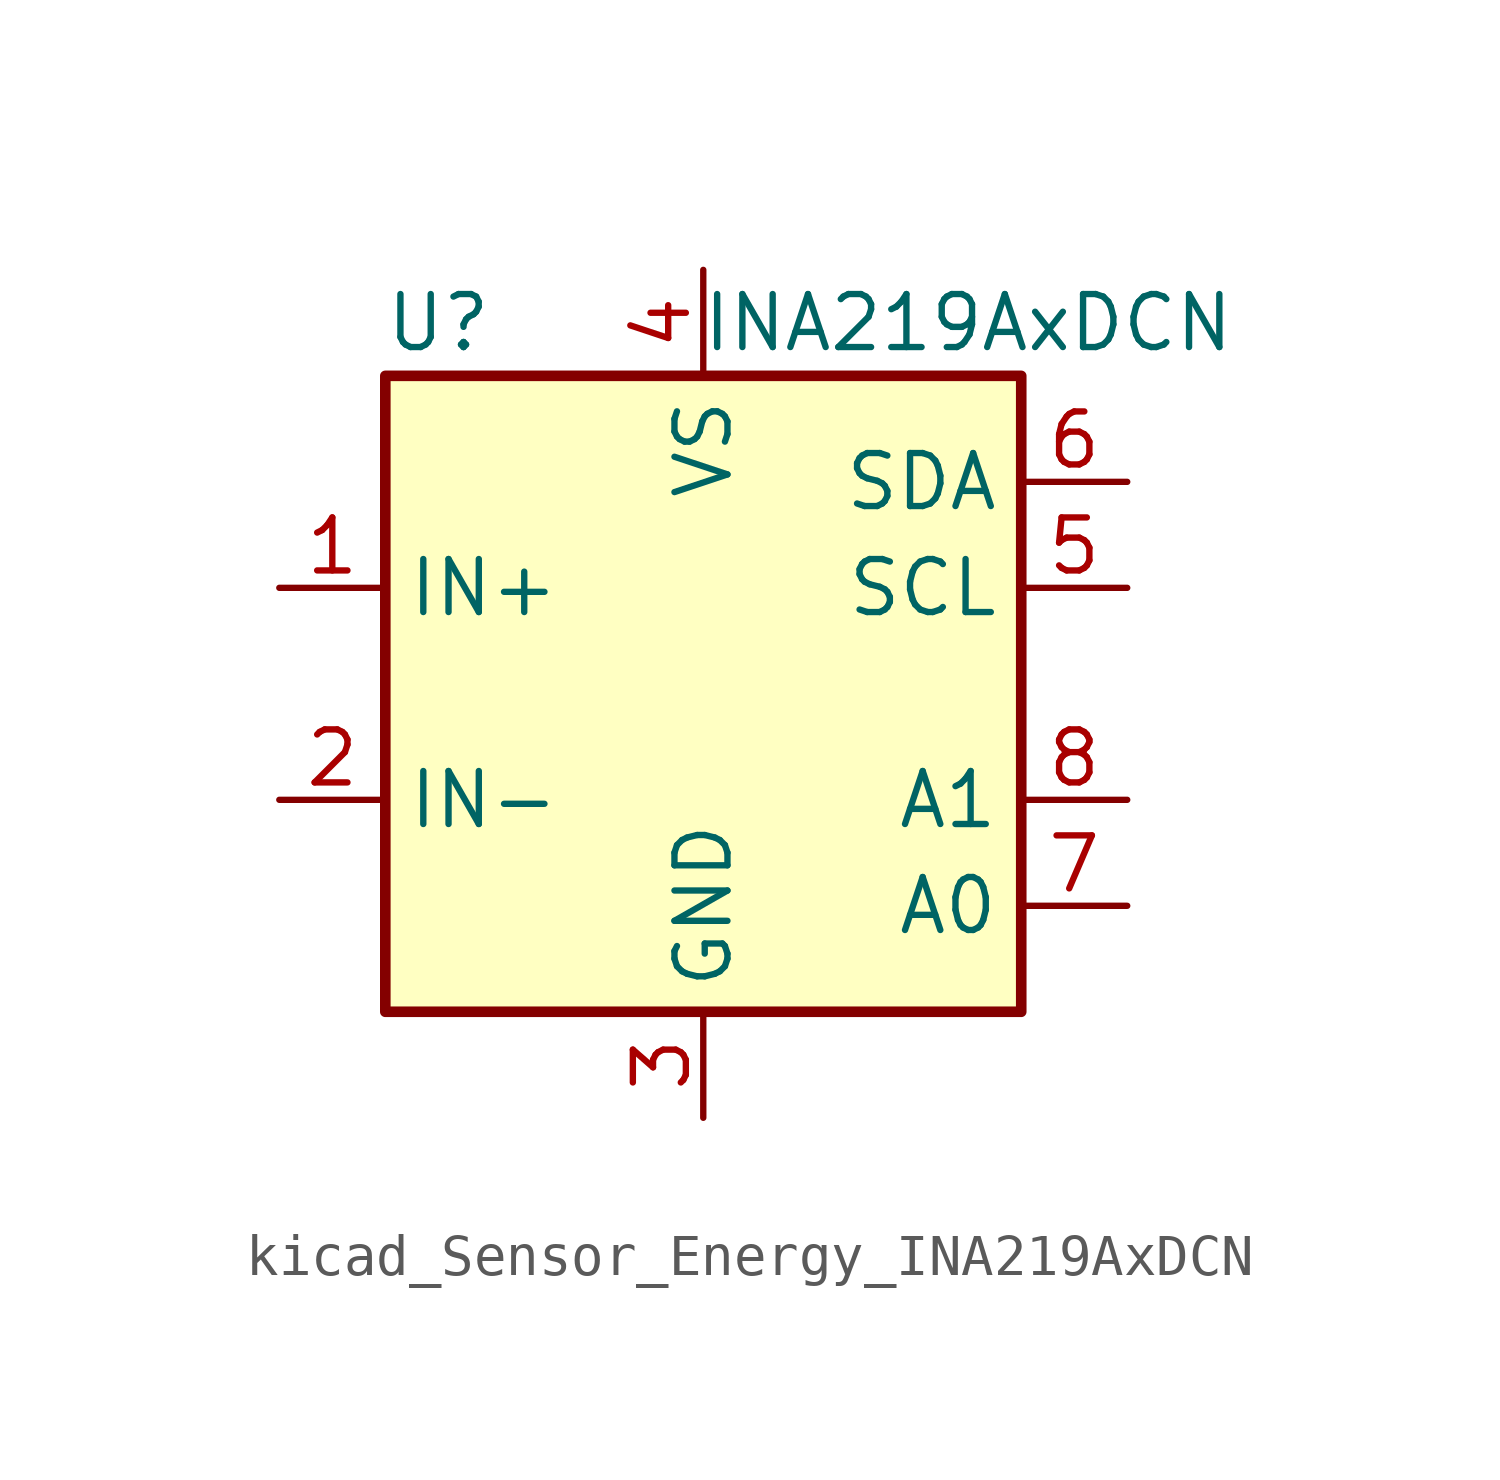
<source format=kicad_sym>
(kicad_symbol_lib
  (version 20220914)
  (generator kicad_symbol_editor)
  (symbol "kicad_Sensor_Energy_INA219AxDCN"
    (property "Reference" "U"
      (at -6.35 8.89 0)
      (effects (font (size 1.27 1.27))))
    (property "Value" "INA219AxDCN"
      (at 6.35 8.89 0)
      (effects (font (size 1.27 1.27))))
    (symbol "kicad_Sensor_Energy_INA219AxDCN_0_1"
      (rectangle (start -7.62 7.62) (end 7.62 -7.62) (stroke (width 0.254) (type default)) (fill (type background))))
    (symbol "kicad_Sensor_Energy_INA219AxDCN_1_1"
      (pin input line (at -10.16 2.54 0) (length 2.54) (name "IN+" (effects (font (size 1.27 1.27)))) (number "1" (effects (font (size 1.27 1.27)))))
      (pin input line (at -10.16 -2.54 0) (length 2.54) (name "IN-" (effects (font (size 1.27 1.27)))) (number "2" (effects (font (size 1.27 1.27)))))
      (pin power_in line (at 0 -10.16 90) (length 2.54) (name "GND" (effects (font (size 1.27 1.27)))) (number "3" (effects (font (size 1.27 1.27)))))
      (pin power_in line (at 0 10.16 270) (length 2.54) (name "VS" (effects (font (size 1.27 1.27)))) (number "4" (effects (font (size 1.27 1.27)))))
      (pin input line (at 10.16 2.54 180) (length 2.54) (name "SCL" (effects (font (size 1.27 1.27)))) (number "5" (effects (font (size 1.27 1.27)))))
      (pin bidirectional line (at 10.16 5.08 180) (length 2.54) (name "SDA" (effects (font (size 1.27 1.27)))) (number "6" (effects (font (size 1.27 1.27)))))
      (pin input line (at 10.16 -5.08 180) (length 2.54) (name "A0" (effects (font (size 1.27 1.27)))) (number "7" (effects (font (size 1.27 1.27)))))
      (pin input line (at 10.16 -2.54 180) (length 2.54) (name "A1" (effects (font (size 1.27 1.27)))) (number "8" (effects (font (size 1.27 1.27))))))))
</source>
